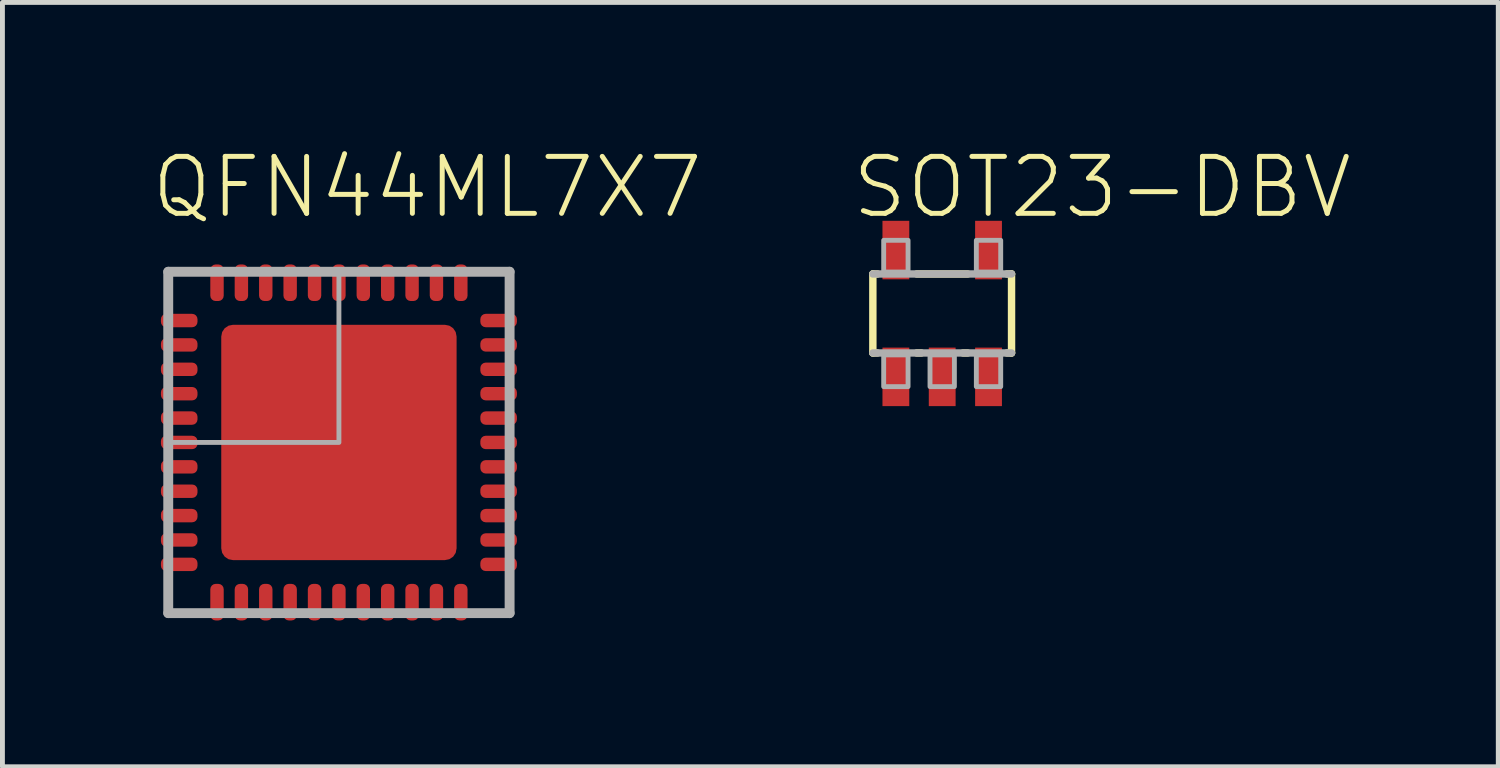
<source format=kicad_pcb>
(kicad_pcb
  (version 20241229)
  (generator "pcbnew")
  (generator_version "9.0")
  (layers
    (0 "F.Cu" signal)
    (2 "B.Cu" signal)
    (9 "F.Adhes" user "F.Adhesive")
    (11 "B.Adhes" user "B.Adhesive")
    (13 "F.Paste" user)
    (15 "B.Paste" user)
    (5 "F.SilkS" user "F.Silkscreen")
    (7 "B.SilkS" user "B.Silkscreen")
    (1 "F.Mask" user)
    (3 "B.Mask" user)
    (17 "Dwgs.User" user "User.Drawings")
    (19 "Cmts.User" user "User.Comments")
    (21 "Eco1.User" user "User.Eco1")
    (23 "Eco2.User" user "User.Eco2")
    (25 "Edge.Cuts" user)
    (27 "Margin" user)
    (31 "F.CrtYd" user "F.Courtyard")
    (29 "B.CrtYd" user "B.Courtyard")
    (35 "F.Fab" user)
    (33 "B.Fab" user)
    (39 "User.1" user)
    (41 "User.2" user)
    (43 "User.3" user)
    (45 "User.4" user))
  (footprint "QFN44ML7X7"
    (layer "F.Cu")
    (at 3.9 6.023)
    (property "Reference" "QFN44ML7X7" (at -3.9 -4.55 0) (unlocked yes) (layer "F.SilkS") (effects (font (size 1.168 1.168) (thickness 0.102)) (justify left bottom)))
    (fp_circle (center 0 0) (end 0.635 0) (stroke (width 2.54) (type solid)) (fill no) (layer "F.Mask"))
    (fp_circle (center 0 0) (end 0.635 0) (stroke (width 1.27) (type solid)) (fill no) (layer "F.Paste"))
    (fp_line (start -3.5 -3.5) (end -3.5 3.5) (stroke (width 0.203) (type solid)) (layer "F.Fab"))
    (fp_line (start -3.5 3.5) (end 3.5 3.5) (stroke (width 0.203) (type solid)) (layer "F.Fab"))
    (fp_line (start 3.5 -3.5) (end -3.5 -3.5) (stroke (width 0.203) (type solid)) (layer "F.Fab"))
    (fp_line (start 3.5 3.5) (end 3.5 -3.5) (stroke (width 0.203) (type solid)) (layer "F.Fab"))
    (fp_poly (pts (xy -3.5 0) (xy 0 0) (xy 0 -3.5) (xy -3.5 -3.5)) (stroke (width 0.1) (type default)) (fill no) (layer "F.Fab"))
    (pad "1" smd roundrect (at -3.275 -2.5) (size 0.75 0.275) (layers "F.Cu" "F.Mask" "F.Paste") (roundrect_rratio 0.4))
    (pad "2" smd roundrect (at -3.275 -2) (size 0.75 0.275) (layers "F.Cu" "F.Mask" "F.Paste") (roundrect_rratio 0.4))
    (pad "3" smd roundrect (at -3.275 -1.5) (size 0.75 0.275) (layers "F.Cu" "F.Mask" "F.Paste") (roundrect_rratio 0.4))
    (pad "4" smd roundrect (at -3.275 -1) (size 0.75 0.275) (layers "F.Cu" "F.Mask" "F.Paste") (roundrect_rratio 0.4))
    (pad "5" smd roundrect (at -3.275 -0.5) (size 0.75 0.275) (layers "F.Cu" "F.Mask" "F.Paste") (roundrect_rratio 0.4))
    (pad "6" smd roundrect (at -3.275 0) (size 0.75 0.275) (layers "F.Cu" "F.Mask" "F.Paste") (roundrect_rratio 0.4))
    (pad "7" smd roundrect (at -3.275 0.5) (size 0.75 0.275) (layers "F.Cu" "F.Mask" "F.Paste") (roundrect_rratio 0.4))
    (pad "8" smd roundrect (at -3.275 1) (size 0.75 0.275) (layers "F.Cu" "F.Mask" "F.Paste") (roundrect_rratio 0.4))
    (pad "9" smd roundrect (at -3.275 1.5) (size 0.75 0.275) (layers "F.Cu" "F.Mask" "F.Paste") (roundrect_rratio 0.4))
    (pad "10" smd roundrect (at -3.275 2) (size 0.75 0.275) (layers "F.Cu" "F.Mask" "F.Paste") (roundrect_rratio 0.4))
    (pad "11" smd roundrect (at -3.275 2.5) (size 0.75 0.275) (layers "F.Cu" "F.Mask" "F.Paste") (roundrect_rratio 0.4))
    (pad "12" smd roundrect (at -2.5 3.275 90) (size 0.75 0.275) (layers "F.Cu" "F.Mask" "F.Paste") (roundrect_rratio 0.4))
    (pad "13" smd roundrect (at -2 3.275 90) (size 0.75 0.275) (layers "F.Cu" "F.Mask" "F.Paste") (roundrect_rratio 0.4))
    (pad "14" smd roundrect (at -1.5 3.275 90) (size 0.75 0.275) (layers "F.Cu" "F.Mask" "F.Paste") (roundrect_rratio 0.4))
    (pad "15" smd roundrect (at -1 3.275 90) (size 0.75 0.275) (layers "F.Cu" "F.Mask" "F.Paste") (roundrect_rratio 0.4))
    (pad "16" smd roundrect (at -0.5 3.275 90) (size 0.75 0.275) (layers "F.Cu" "F.Mask" "F.Paste") (roundrect_rratio 0.4))
    (pad "17" smd roundrect (at 0 3.275 90) (size 0.75 0.275) (layers "F.Cu" "F.Mask" "F.Paste") (roundrect_rratio 0.4))
    (pad "18" smd roundrect (at 0.5 3.275 90) (size 0.75 0.275) (layers "F.Cu" "F.Mask" "F.Paste") (roundrect_rratio 0.4))
    (pad "19" smd roundrect (at 1 3.275 90) (size 0.75 0.275) (layers "F.Cu" "F.Mask" "F.Paste") (roundrect_rratio 0.4))
    (pad "20" smd roundrect (at 1.5 3.275 90) (size 0.75 0.275) (layers "F.Cu" "F.Mask" "F.Paste") (roundrect_rratio 0.4))
    (pad "21" smd roundrect (at 2 3.275 90) (size 0.75 0.275) (layers "F.Cu" "F.Mask" "F.Paste") (roundrect_rratio 0.4))
    (pad "22" smd roundrect (at 2.5 3.275 90) (size 0.75 0.275) (layers "F.Cu" "F.Mask" "F.Paste") (roundrect_rratio 0.4))
    (pad "23" smd roundrect (at 3.275 2.5 180) (size 0.75 0.275) (layers "F.Cu" "F.Mask" "F.Paste") (roundrect_rratio 0.4))
    (pad "24" smd roundrect (at 3.275 2 180) (size 0.75 0.275) (layers "F.Cu" "F.Mask" "F.Paste") (roundrect_rratio 0.4))
    (pad "25" smd roundrect (at 3.275 1.5 180) (size 0.75 0.275) (layers "F.Cu" "F.Mask" "F.Paste") (roundrect_rratio 0.4))
    (pad "26" smd roundrect (at 3.275 1 180) (size 0.75 0.275) (layers "F.Cu" "F.Mask" "F.Paste") (roundrect_rratio 0.4))
    (pad "27" smd roundrect (at 3.275 0.5 180) (size 0.75 0.275) (layers "F.Cu" "F.Mask" "F.Paste") (roundrect_rratio 0.4))
    (pad "28" smd roundrect (at 3.275 0 180) (size 0.75 0.275) (layers "F.Cu" "F.Mask" "F.Paste") (roundrect_rratio 0.4))
    (pad "29" smd roundrect (at 3.275 -0.5 180) (size 0.75 0.275) (layers "F.Cu" "F.Mask" "F.Paste") (roundrect_rratio 0.4))
    (pad "30" smd roundrect (at 3.275 -1 180) (size 0.75 0.275) (layers "F.Cu" "F.Mask" "F.Paste") (roundrect_rratio 0.4))
    (pad "31" smd roundrect (at 3.275 -1.5 180) (size 0.75 0.275) (layers "F.Cu" "F.Mask" "F.Paste") (roundrect_rratio 0.4))
    (pad "32" smd roundrect (at 3.275 -2 180) (size 0.75 0.275) (layers "F.Cu" "F.Mask" "F.Paste") (roundrect_rratio 0.4))
    (pad "33" smd roundrect (at 3.275 -2.5 180) (size 0.75 0.275) (layers "F.Cu" "F.Mask" "F.Paste") (roundrect_rratio 0.4))
    (pad "34" smd roundrect (at 2.5 -3.275 270) (size 0.75 0.275) (layers "F.Cu" "F.Mask" "F.Paste") (roundrect_rratio 0.4))
    (pad "35" smd roundrect (at 2 -3.275 270) (size 0.75 0.275) (layers "F.Cu" "F.Mask" "F.Paste") (roundrect_rratio 0.4))
    (pad "36" smd roundrect (at 1.5 -3.275 270) (size 0.75 0.275) (layers "F.Cu" "F.Mask" "F.Paste") (roundrect_rratio 0.4))
    (pad "37" smd roundrect (at 1 -3.275 270) (size 0.75 0.275) (layers "F.Cu" "F.Mask" "F.Paste") (roundrect_rratio 0.4))
    (pad "38" smd roundrect (at 0.5 -3.275 270) (size 0.75 0.275) (layers "F.Cu" "F.Mask" "F.Paste") (roundrect_rratio 0.4))
    (pad "39" smd roundrect (at 0 -3.275 270) (size 0.75 0.275) (layers "F.Cu" "F.Mask" "F.Paste") (roundrect_rratio 0.4))
    (pad "40" smd roundrect (at -0.5 -3.275 270) (size 0.75 0.275) (layers "F.Cu" "F.Mask" "F.Paste") (roundrect_rratio 0.4))
    (pad "41" smd roundrect (at -1 -3.275 270) (size 0.75 0.275) (layers "F.Cu" "F.Mask" "F.Paste") (roundrect_rratio 0.4))
    (pad "42" smd roundrect (at -1.5 -3.275 270) (size 0.75 0.275) (layers "F.Cu" "F.Mask" "F.Paste") (roundrect_rratio 0.4))
    (pad "43" smd roundrect (at -2 -3.275 270) (size 0.75 0.275) (layers "F.Cu" "F.Mask" "F.Paste") (roundrect_rratio 0.4))
    (pad "44" smd roundrect (at -2.5 -3.275 270) (size 0.75 0.275) (layers "F.Cu" "F.Mask" "F.Paste") (roundrect_rratio 0.4))
    (pad "EXP" smd roundrect (at 0 0) (size 4.826 4.826) (layers "F.Cu") (roundrect_rratio 0.05)))
  (footprint "SOT23-DBV"
    (layer "F.Cu")
    (at 16.271 3.378)
    (property "Reference" "SOT23-DBV" (at -1.905 -1.905 0) (unlocked yes) (layer "F.SilkS") (effects (font (size 1.168 1.168) (thickness 0.102)) (justify left bottom)))
    (fp_line (start -1.422 -0.81) (end -1.328 -0.81) (stroke (width 0.152) (type solid)) (layer "F.SilkS"))
    (fp_line (start -1.422 0.81) (end -1.422 -0.81) (stroke (width 0.152) (type solid)) (layer "F.SilkS"))
    (fp_line (start -1.328 0.81) (end -1.422 0.81) (stroke (width 0.152) (type solid)) (layer "F.SilkS"))
    (fp_line (start -0.522 -0.81) (end 0.522 -0.81) (stroke (width 0.152) (type solid)) (layer "F.SilkS"))
    (fp_line (start -0.428 0.81) (end -0.522 0.81) (stroke (width 0.152) (type solid)) (layer "F.SilkS"))
    (fp_line (start 0.522 0.81) (end 0.428 0.81) (stroke (width 0.152) (type solid)) (layer "F.SilkS"))
    (fp_line (start 1.328 -0.81) (end 1.422 -0.81) (stroke (width 0.152) (type solid)) (layer "F.SilkS"))
    (fp_line (start 1.422 -0.81) (end 1.422 0.81) (stroke (width 0.152) (type solid)) (layer "F.SilkS"))
    (fp_line (start 1.422 0.81) (end 1.328 0.81) (stroke (width 0.152) (type solid)) (layer "F.SilkS"))
    (fp_line (start -1.422 -0.81) (end 1.422 -0.81) (stroke (width 0.152) (type solid)) (layer "F.Fab"))
    (fp_line (start 1.422 0.81) (end -1.422 0.81) (stroke (width 0.152) (type solid)) (layer "F.Fab"))
    (fp_poly (pts (xy -1.2 -0.85) (xy -0.7 -0.85) (xy -0.7 -1.5) (xy -1.2 -1.5)) (stroke (width 0.1) (type default)) (fill no) (layer "F.Fab"))
    (fp_poly (pts (xy -1.2 1.5) (xy -0.7 1.5) (xy -0.7 0.85) (xy -1.2 0.85)) (stroke (width 0.1) (type default)) (fill no) (layer "F.Fab"))
    (fp_poly (pts (xy -0.25 1.5) (xy 0.25 1.5) (xy 0.25 0.85) (xy -0.25 0.85)) (stroke (width 0.1) (type default)) (fill no) (layer "F.Fab"))
    (fp_poly (pts (xy 0.7 -0.85) (xy 1.2 -0.85) (xy 1.2 -1.5) (xy 0.7 -1.5)) (stroke (width 0.1) (type default)) (fill no) (layer "F.Fab"))
    (fp_poly (pts (xy 0.7 1.5) (xy 1.2 1.5) (xy 1.2 0.85) (xy 0.7 0.85)) (stroke (width 0.1) (type default)) (fill no) (layer "F.Fab"))
    (pad "1" smd rect (at -0.95 1.3) (size 0.55 1.2) (layers "F.Cu" "F.Mask" "F.Paste"))
    (pad "2" smd rect (at 0 1.3) (size 0.55 1.2) (layers "F.Cu" "F.Mask" "F.Paste"))
    (pad "3" smd rect (at 0.95 1.3) (size 0.55 1.2) (layers "F.Cu" "F.Mask" "F.Paste"))
    (pad "4" smd rect (at 0.95 -1.3) (size 0.55 1.2) (layers "F.Cu" "F.Mask" "F.Paste"))
    (pad "5" smd rect (at -0.95 -1.3) (size 0.55 1.2) (layers "F.Cu" "F.Mask" "F.Paste")))
  (gr_rect
    (start -3 -3)
    (end 27.674 12.673)
    (stroke (width 0.1) (type default))
    (fill no)
    (layer "Edge.Cuts")))
</source>
